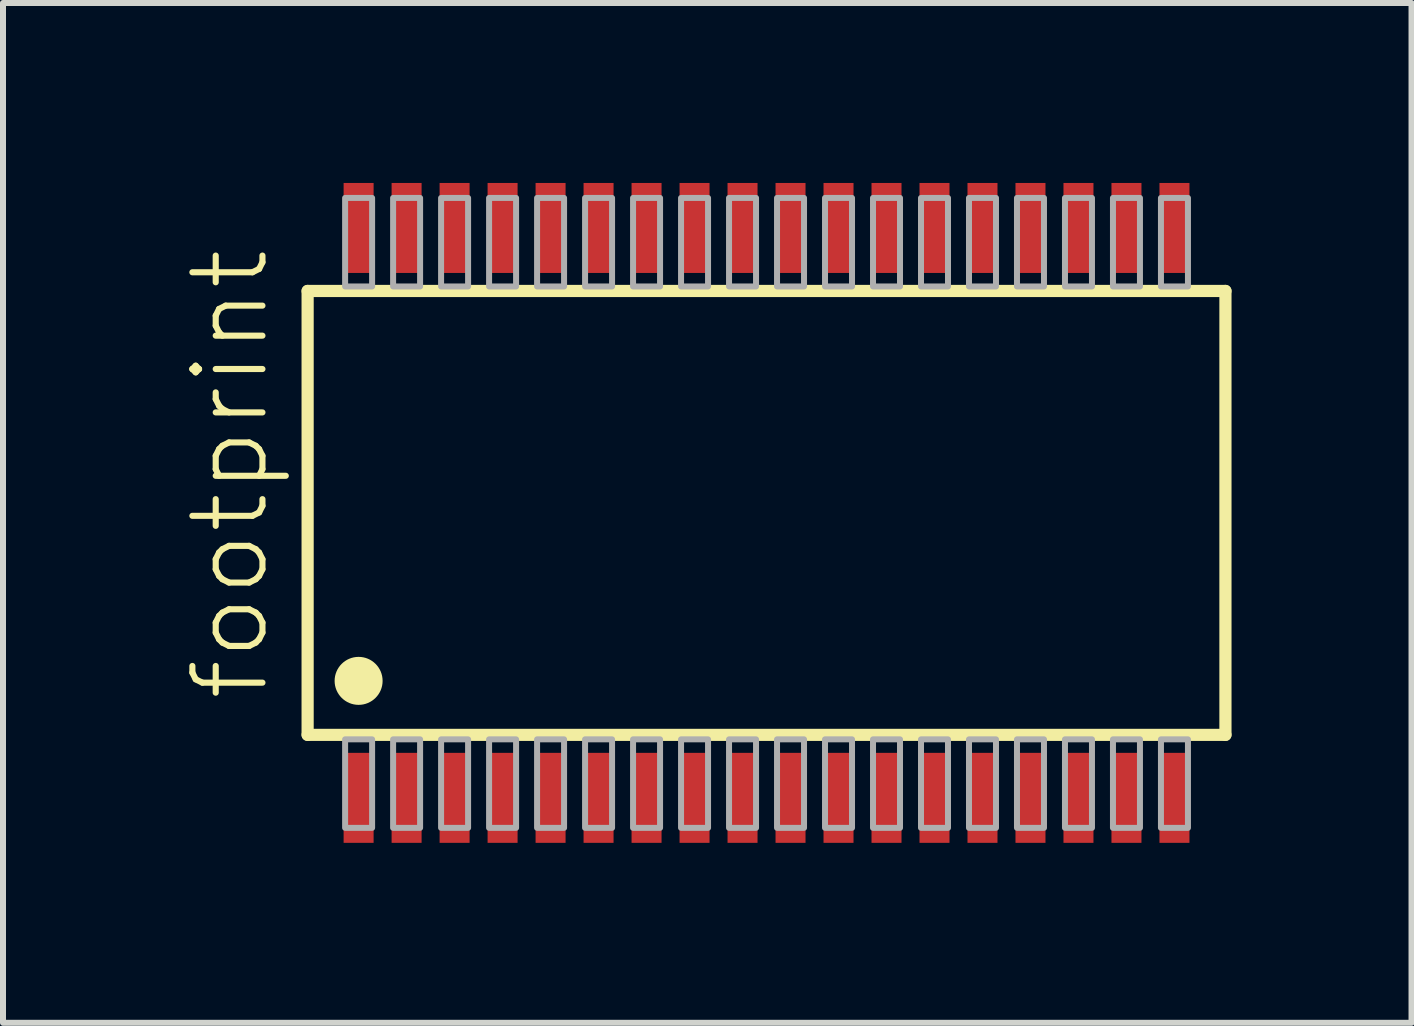
<source format=kicad_pcb>
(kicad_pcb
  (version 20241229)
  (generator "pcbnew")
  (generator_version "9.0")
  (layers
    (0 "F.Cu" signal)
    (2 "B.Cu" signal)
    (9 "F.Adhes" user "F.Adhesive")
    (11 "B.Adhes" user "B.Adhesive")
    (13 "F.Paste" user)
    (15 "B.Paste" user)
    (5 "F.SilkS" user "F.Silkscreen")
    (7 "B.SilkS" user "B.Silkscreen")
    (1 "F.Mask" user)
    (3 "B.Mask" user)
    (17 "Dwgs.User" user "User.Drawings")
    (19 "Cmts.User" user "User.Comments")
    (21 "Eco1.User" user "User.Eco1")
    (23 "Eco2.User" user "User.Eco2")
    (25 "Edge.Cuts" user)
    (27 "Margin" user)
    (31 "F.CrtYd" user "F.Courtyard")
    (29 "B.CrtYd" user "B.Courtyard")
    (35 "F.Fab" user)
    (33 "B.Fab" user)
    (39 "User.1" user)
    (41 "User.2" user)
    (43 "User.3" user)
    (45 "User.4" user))
  (footprint "footprint"
    (layer "F.Cu")
    (at 9.728 5.5)
    (property "Reference" "footprint" (at -8.255 3.175 90) (layer "F.SilkS") (effects (font (size 1.168 1.168) (thickness 0.102)) (justify left bottom)))
    (fp_line (start -7.65 -3.7) (end 7.65 -3.7) (stroke (width 0.203) (type solid)) (layer "F.SilkS"))
    (fp_line (start -7.65 3.7) (end -7.65 -3.7) (stroke (width 0.203) (type solid)) (layer "F.SilkS"))
    (fp_line (start 7.65 -3.7) (end 7.65 3.7) (stroke (width 0.203) (type solid)) (layer "F.SilkS"))
    (fp_line (start 7.65 3.7) (end -7.65 3.7) (stroke (width 0.203) (type solid)) (layer "F.SilkS"))
    (fp_circle (center -6.8 2.8) (end -6.6 2.8) (stroke (width 0.4) (type solid)) (fill yes) (layer "F.SilkS"))
    (fp_poly (pts (xy -7.025 5.25) (xy -6.575 5.25) (xy -6.575 3.775) (xy -7.025 3.775)) (stroke (width 0.1) (type solid)) (fill no) (layer "F.Fab"))
    (fp_poly (pts (xy -6.575 -5.25) (xy -7.025 -5.25) (xy -7.025 -3.775) (xy -6.575 -3.775)) (stroke (width 0.1) (type solid)) (fill no) (layer "F.Fab"))
    (fp_poly (pts (xy -6.225 5.25) (xy -5.775 5.25) (xy -5.775 3.775) (xy -6.225 3.775)) (stroke (width 0.1) (type solid)) (fill no) (layer "F.Fab"))
    (fp_poly (pts (xy -5.775 -5.25) (xy -6.225 -5.25) (xy -6.225 -3.775) (xy -5.775 -3.775)) (stroke (width 0.1) (type solid)) (fill no) (layer "F.Fab"))
    (fp_poly (pts (xy -5.425 5.25) (xy -4.975 5.25) (xy -4.975 3.775) (xy -5.425 3.775)) (stroke (width 0.1) (type solid)) (fill no) (layer "F.Fab"))
    (fp_poly (pts (xy -4.975 -5.25) (xy -5.425 -5.25) (xy -5.425 -3.775) (xy -4.975 -3.775)) (stroke (width 0.1) (type solid)) (fill no) (layer "F.Fab"))
    (fp_poly (pts (xy -4.625 5.25) (xy -4.175 5.25) (xy -4.175 3.775) (xy -4.625 3.775)) (stroke (width 0.1) (type solid)) (fill no) (layer "F.Fab"))
    (fp_poly (pts (xy -4.175 -5.25) (xy -4.625 -5.25) (xy -4.625 -3.775) (xy -4.175 -3.775)) (stroke (width 0.1) (type solid)) (fill no) (layer "F.Fab"))
    (fp_poly (pts (xy -3.825 5.25) (xy -3.375 5.25) (xy -3.375 3.775) (xy -3.825 3.775)) (stroke (width 0.1) (type solid)) (fill no) (layer "F.Fab"))
    (fp_poly (pts (xy -3.375 -5.25) (xy -3.825 -5.25) (xy -3.825 -3.775) (xy -3.375 -3.775)) (stroke (width 0.1) (type solid)) (fill no) (layer "F.Fab"))
    (fp_poly (pts (xy -3.025 5.25) (xy -2.575 5.25) (xy -2.575 3.775) (xy -3.025 3.775)) (stroke (width 0.1) (type solid)) (fill no) (layer "F.Fab"))
    (fp_poly (pts (xy -2.575 -5.25) (xy -3.025 -5.25) (xy -3.025 -3.775) (xy -2.575 -3.775)) (stroke (width 0.1) (type solid)) (fill no) (layer "F.Fab"))
    (fp_poly (pts (xy -2.225 5.25) (xy -1.775 5.25) (xy -1.775 3.775) (xy -2.225 3.775)) (stroke (width 0.1) (type solid)) (fill no) (layer "F.Fab"))
    (fp_poly (pts (xy -1.775 -5.25) (xy -2.225 -5.25) (xy -2.225 -3.775) (xy -1.775 -3.775)) (stroke (width 0.1) (type solid)) (fill no) (layer "F.Fab"))
    (fp_poly (pts (xy -1.425 5.25) (xy -0.975 5.25) (xy -0.975 3.775) (xy -1.425 3.775)) (stroke (width 0.1) (type solid)) (fill no) (layer "F.Fab"))
    (fp_poly (pts (xy -0.975 -5.25) (xy -1.425 -5.25) (xy -1.425 -3.775) (xy -0.975 -3.775)) (stroke (width 0.1) (type solid)) (fill no) (layer "F.Fab"))
    (fp_poly (pts (xy -0.625 5.25) (xy -0.175 5.25) (xy -0.175 3.775) (xy -0.625 3.775)) (stroke (width 0.1) (type solid)) (fill no) (layer "F.Fab"))
    (fp_poly (pts (xy -0.175 -5.25) (xy -0.625 -5.25) (xy -0.625 -3.775) (xy -0.175 -3.775)) (stroke (width 0.1) (type solid)) (fill no) (layer "F.Fab"))
    (fp_poly (pts (xy 0.175 5.25) (xy 0.625 5.25) (xy 0.625 3.775) (xy 0.175 3.775)) (stroke (width 0.1) (type solid)) (fill no) (layer "F.Fab"))
    (fp_poly (pts (xy 0.625 -5.25) (xy 0.175 -5.25) (xy 0.175 -3.775) (xy 0.625 -3.775)) (stroke (width 0.1) (type solid)) (fill no) (layer "F.Fab"))
    (fp_poly (pts (xy 0.975 5.25) (xy 1.425 5.25) (xy 1.425 3.775) (xy 0.975 3.775)) (stroke (width 0.1) (type solid)) (fill no) (layer "F.Fab"))
    (fp_poly (pts (xy 1.425 -5.25) (xy 0.975 -5.25) (xy 0.975 -3.775) (xy 1.425 -3.775)) (stroke (width 0.1) (type solid)) (fill no) (layer "F.Fab"))
    (fp_poly (pts (xy 1.775 5.25) (xy 2.225 5.25) (xy 2.225 3.775) (xy 1.775 3.775)) (stroke (width 0.1) (type solid)) (fill no) (layer "F.Fab"))
    (fp_poly (pts (xy 2.225 -5.25) (xy 1.775 -5.25) (xy 1.775 -3.775) (xy 2.225 -3.775)) (stroke (width 0.1) (type solid)) (fill no) (layer "F.Fab"))
    (fp_poly (pts (xy 2.575 5.25) (xy 3.025 5.25) (xy 3.025 3.775) (xy 2.575 3.775)) (stroke (width 0.1) (type solid)) (fill no) (layer "F.Fab"))
    (fp_poly (pts (xy 3.025 -5.25) (xy 2.575 -5.25) (xy 2.575 -3.775) (xy 3.025 -3.775)) (stroke (width 0.1) (type solid)) (fill no) (layer "F.Fab"))
    (fp_poly (pts (xy 3.375 5.25) (xy 3.825 5.25) (xy 3.825 3.775) (xy 3.375 3.775)) (stroke (width 0.1) (type solid)) (fill no) (layer "F.Fab"))
    (fp_poly (pts (xy 3.825 -5.25) (xy 3.375 -5.25) (xy 3.375 -3.775) (xy 3.825 -3.775)) (stroke (width 0.1) (type solid)) (fill no) (layer "F.Fab"))
    (fp_poly (pts (xy 4.175 5.25) (xy 4.625 5.25) (xy 4.625 3.775) (xy 4.175 3.775)) (stroke (width 0.1) (type solid)) (fill no) (layer "F.Fab"))
    (fp_poly (pts (xy 4.625 -5.25) (xy 4.175 -5.25) (xy 4.175 -3.775) (xy 4.625 -3.775)) (stroke (width 0.1) (type solid)) (fill no) (layer "F.Fab"))
    (fp_poly (pts (xy 4.975 5.25) (xy 5.425 5.25) (xy 5.425 3.775) (xy 4.975 3.775)) (stroke (width 0.1) (type solid)) (fill no) (layer "F.Fab"))
    (fp_poly (pts (xy 5.425 -5.25) (xy 4.975 -5.25) (xy 4.975 -3.775) (xy 5.425 -3.775)) (stroke (width 0.1) (type solid)) (fill no) (layer "F.Fab"))
    (fp_poly (pts (xy 5.775 5.25) (xy 6.225 5.25) (xy 6.225 3.775) (xy 5.775 3.775)) (stroke (width 0.1) (type solid)) (fill no) (layer "F.Fab"))
    (fp_poly (pts (xy 6.225 -5.25) (xy 5.775 -5.25) (xy 5.775 -3.775) (xy 6.225 -3.775)) (stroke (width 0.1) (type solid)) (fill no) (layer "F.Fab"))
    (fp_poly (pts (xy 6.575 5.25) (xy 7.025 5.25) (xy 7.025 3.775) (xy 6.575 3.775)) (stroke (width 0.1) (type solid)) (fill no) (layer "F.Fab"))
    (fp_poly (pts (xy 7.025 -5.25) (xy 6.575 -5.25) (xy 6.575 -3.775) (xy 7.025 -3.775)) (stroke (width 0.1) (type solid)) (fill no) (layer "F.Fab"))
    (pad "1" smd rect (at -6.8 4.75) (size 0.5 1.5) (layers "F.Cu" "F.Mask" "F.Paste"))
    (pad "2" smd rect (at -6 4.75) (size 0.5 1.5) (layers "F.Cu" "F.Mask" "F.Paste"))
    (pad "3" smd rect (at -5.2 4.75) (size 0.5 1.5) (layers "F.Cu" "F.Mask" "F.Paste"))
    (pad "4" smd rect (at -4.4 4.75) (size 0.5 1.5) (layers "F.Cu" "F.Mask" "F.Paste"))
    (pad "5" smd rect (at -3.6 4.75) (size 0.5 1.5) (layers "F.Cu" "F.Mask" "F.Paste"))
    (pad "6" smd rect (at -2.8 4.75) (size 0.5 1.5) (layers "F.Cu" "F.Mask" "F.Paste"))
    (pad "7" smd rect (at -2 4.75) (size 0.5 1.5) (layers "F.Cu" "F.Mask" "F.Paste"))
    (pad "8" smd rect (at -1.2 4.75) (size 0.5 1.5) (layers "F.Cu" "F.Mask" "F.Paste"))
    (pad "9" smd rect (at -0.4 4.75) (size 0.5 1.5) (layers "F.Cu" "F.Mask" "F.Paste"))
    (pad "10" smd rect (at 0.4 4.75) (size 0.5 1.5) (layers "F.Cu" "F.Mask" "F.Paste"))
    (pad "11" smd rect (at 1.2 4.75) (size 0.5 1.5) (layers "F.Cu" "F.Mask" "F.Paste"))
    (pad "12" smd rect (at 2 4.75) (size 0.5 1.5) (layers "F.Cu" "F.Mask" "F.Paste"))
    (pad "13" smd rect (at 2.8 4.75) (size 0.5 1.5) (layers "F.Cu" "F.Mask" "F.Paste"))
    (pad "14" smd rect (at 3.6 4.75) (size 0.5 1.5) (layers "F.Cu" "F.Mask" "F.Paste"))
    (pad "15" smd rect (at 4.4 4.75) (size 0.5 1.5) (layers "F.Cu" "F.Mask" "F.Paste"))
    (pad "16" smd rect (at 5.2 4.75) (size 0.5 1.5) (layers "F.Cu" "F.Mask" "F.Paste"))
    (pad "17" smd rect (at 6 4.75) (size 0.5 1.5) (layers "F.Cu" "F.Mask" "F.Paste"))
    (pad "18" smd rect (at 6.8 4.75) (size 0.5 1.5) (layers "F.Cu" "F.Mask" "F.Paste"))
    (pad "19" smd rect (at 6.8 -4.75 180) (size 0.5 1.5) (layers "F.Cu" "F.Mask" "F.Paste"))
    (pad "20" smd rect (at 6 -4.75 180) (size 0.5 1.5) (layers "F.Cu" "F.Mask" "F.Paste"))
    (pad "21" smd rect (at 5.2 -4.75 180) (size 0.5 1.5) (layers "F.Cu" "F.Mask" "F.Paste"))
    (pad "22" smd rect (at 4.4 -4.75 180) (size 0.5 1.5) (layers "F.Cu" "F.Mask" "F.Paste"))
    (pad "23" smd rect (at 3.6 -4.75 180) (size 0.5 1.5) (layers "F.Cu" "F.Mask" "F.Paste"))
    (pad "24" smd rect (at 2.8 -4.75 180) (size 0.5 1.5) (layers "F.Cu" "F.Mask" "F.Paste"))
    (pad "25" smd rect (at 2 -4.75 180) (size 0.5 1.5) (layers "F.Cu" "F.Mask" "F.Paste"))
    (pad "26" smd rect (at 1.2 -4.75 180) (size 0.5 1.5) (layers "F.Cu" "F.Mask" "F.Paste"))
    (pad "27" smd rect (at 0.4 -4.75 180) (size 0.5 1.5) (layers "F.Cu" "F.Mask" "F.Paste"))
    (pad "28" smd rect (at -0.4 -4.75 180) (size 0.5 1.5) (layers "F.Cu" "F.Mask" "F.Paste"))
    (pad "29" smd rect (at -1.2 -4.75 180) (size 0.5 1.5) (layers "F.Cu" "F.Mask" "F.Paste"))
    (pad "30" smd rect (at -2 -4.75 180) (size 0.5 1.5) (layers "F.Cu" "F.Mask" "F.Paste"))
    (pad "31" smd rect (at -2.8 -4.75 180) (size 0.5 1.5) (layers "F.Cu" "F.Mask" "F.Paste"))
    (pad "32" smd rect (at -3.6 -4.75 180) (size 0.5 1.5) (layers "F.Cu" "F.Mask" "F.Paste"))
    (pad "33" smd rect (at -4.4 -4.75 180) (size 0.5 1.5) (layers "F.Cu" "F.Mask" "F.Paste"))
    (pad "34" smd rect (at -5.2 -4.75 180) (size 0.5 1.5) (layers "F.Cu" "F.Mask" "F.Paste"))
    (pad "35" smd rect (at -6 -4.75 180) (size 0.5 1.5) (layers "F.Cu" "F.Mask" "F.Paste"))
    (pad "36" smd rect (at -6.8 -4.75 180) (size 0.5 1.5) (layers "F.Cu" "F.Mask" "F.Paste")))
  (gr_rect
    (start -3 -3)
    (end 20.48 14)
    (stroke (width 0.1) (type default))
    (fill no)
    (layer "Edge.Cuts")))
</source>
